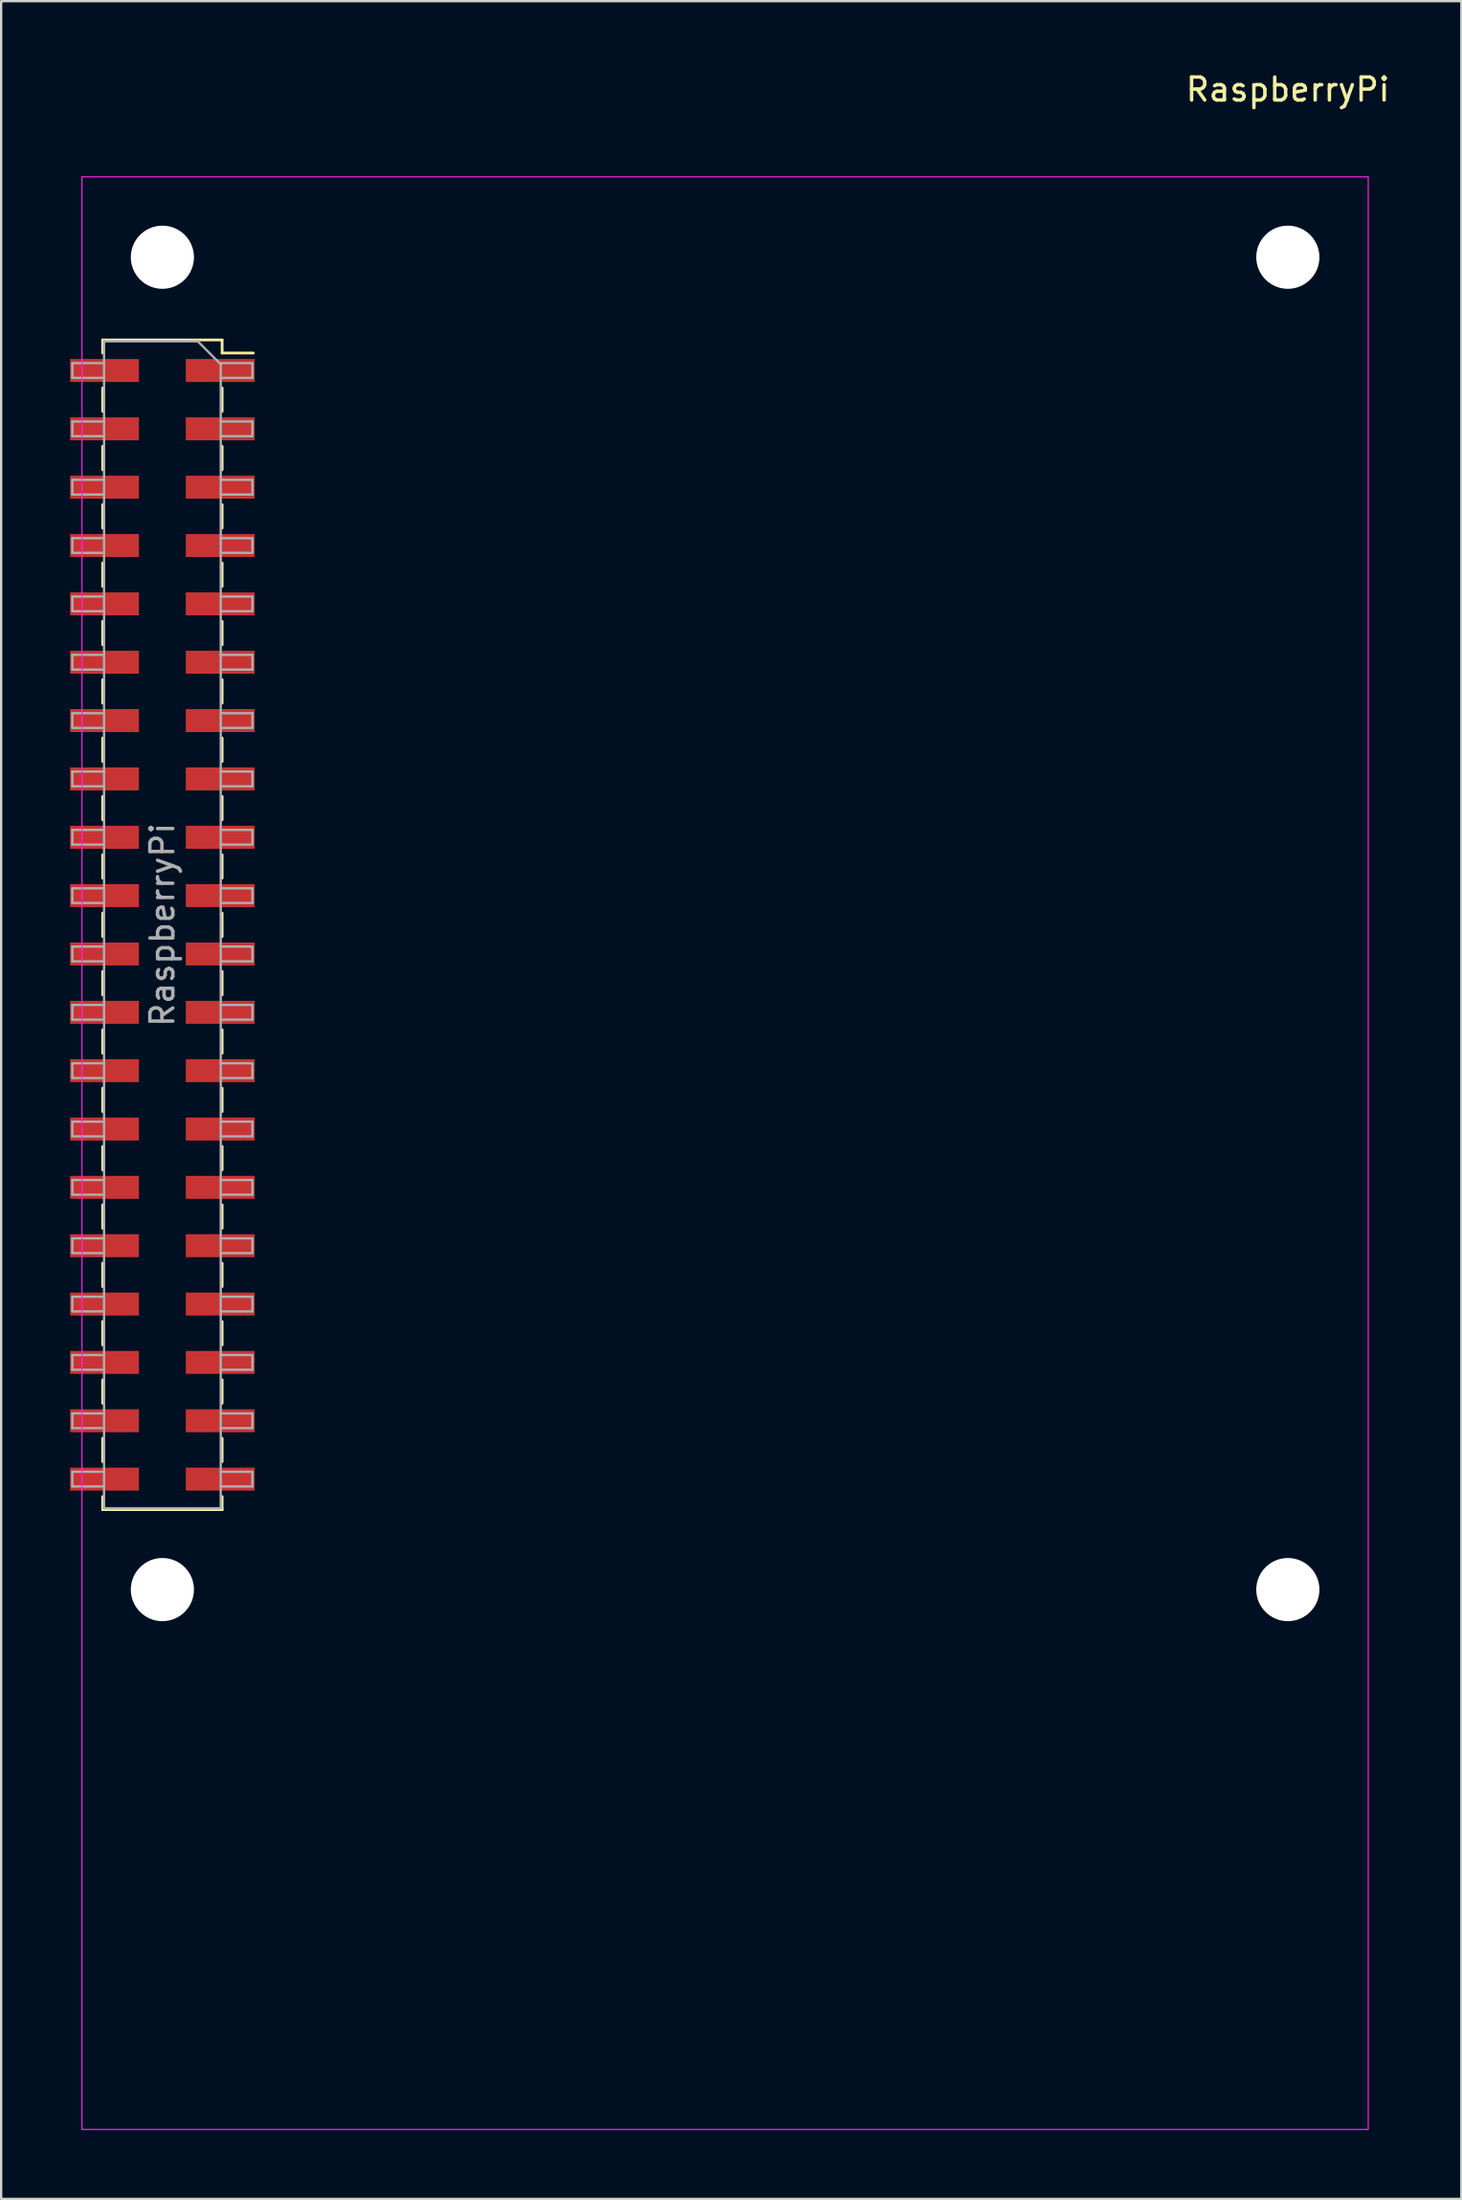
<source format=kicad_pcb>
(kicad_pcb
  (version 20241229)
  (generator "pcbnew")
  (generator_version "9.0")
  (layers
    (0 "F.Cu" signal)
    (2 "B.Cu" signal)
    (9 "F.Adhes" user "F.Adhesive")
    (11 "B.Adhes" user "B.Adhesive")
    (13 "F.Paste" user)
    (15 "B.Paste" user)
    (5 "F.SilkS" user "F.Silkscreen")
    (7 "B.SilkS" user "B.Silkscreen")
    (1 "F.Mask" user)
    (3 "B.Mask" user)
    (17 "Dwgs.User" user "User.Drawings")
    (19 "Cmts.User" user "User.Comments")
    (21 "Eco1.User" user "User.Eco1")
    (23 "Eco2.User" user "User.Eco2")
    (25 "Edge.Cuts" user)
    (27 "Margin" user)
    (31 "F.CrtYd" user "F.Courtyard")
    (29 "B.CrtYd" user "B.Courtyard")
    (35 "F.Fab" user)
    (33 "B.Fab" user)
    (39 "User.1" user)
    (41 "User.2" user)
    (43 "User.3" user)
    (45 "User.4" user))
  (footprint "RaspberryPi"
    (layer "F.Cu")
    (at 53.02 38.148)
    (property "Reference" "RaspberryPi" (at 0 -37.3 0) (layer "F.SilkS") (effects (font (size 1 1) (thickness 0.15))))
    (attr smd)
    (fp_line (start -51.6 -26.4) (end -51.6 -25.83) (stroke (width 0.12) (type solid)) (layer "F.SilkS"))
    (fp_line (start -51.6 -26.4) (end -46.4 -26.4) (stroke (width 0.12) (type solid)) (layer "F.SilkS"))
    (fp_line (start -51.6 -24.31) (end -51.6 -23.29) (stroke (width 0.12) (type solid)) (layer "F.SilkS"))
    (fp_line (start -51.6 -21.77) (end -51.6 -20.75) (stroke (width 0.12) (type solid)) (layer "F.SilkS"))
    (fp_line (start -51.6 -19.23) (end -51.6 -18.21) (stroke (width 0.12) (type solid)) (layer "F.SilkS"))
    (fp_line (start -51.6 -16.69) (end -51.6 -15.67) (stroke (width 0.12) (type solid)) (layer "F.SilkS"))
    (fp_line (start -51.6 -14.15) (end -51.6 -13.13) (stroke (width 0.12) (type solid)) (layer "F.SilkS"))
    (fp_line (start -51.6 -11.61) (end -51.6 -10.59) (stroke (width 0.12) (type solid)) (layer "F.SilkS"))
    (fp_line (start -51.6 -9.07) (end -51.6 -8.05) (stroke (width 0.12) (type solid)) (layer "F.SilkS"))
    (fp_line (start -51.6 -6.53) (end -51.6 -5.51) (stroke (width 0.12) (type solid)) (layer "F.SilkS"))
    (fp_line (start -51.6 -3.99) (end -51.6 -2.97) (stroke (width 0.12) (type solid)) (layer "F.SilkS"))
    (fp_line (start -51.6 -1.45) (end -51.6 -0.43) (stroke (width 0.12) (type solid)) (layer "F.SilkS"))
    (fp_line (start -51.6 1.09) (end -51.6 2.11) (stroke (width 0.12) (type solid)) (layer "F.SilkS"))
    (fp_line (start -51.6 3.63) (end -51.6 4.65) (stroke (width 0.12) (type solid)) (layer "F.SilkS"))
    (fp_line (start -51.6 6.17) (end -51.6 7.19) (stroke (width 0.12) (type solid)) (layer "F.SilkS"))
    (fp_line (start -51.6 8.71) (end -51.6 9.73) (stroke (width 0.12) (type solid)) (layer "F.SilkS"))
    (fp_line (start -51.6 11.25) (end -51.6 12.27) (stroke (width 0.12) (type solid)) (layer "F.SilkS"))
    (fp_line (start -51.6 13.79) (end -51.6 14.81) (stroke (width 0.12) (type solid)) (layer "F.SilkS"))
    (fp_line (start -51.6 16.33) (end -51.6 17.35) (stroke (width 0.12) (type solid)) (layer "F.SilkS"))
    (fp_line (start -51.6 18.87) (end -51.6 19.89) (stroke (width 0.12) (type solid)) (layer "F.SilkS"))
    (fp_line (start -51.6 21.41) (end -51.6 22.43) (stroke (width 0.12) (type solid)) (layer "F.SilkS"))
    (fp_line (start -51.6 23.95) (end -51.6 24.52) (stroke (width 0.12) (type solid)) (layer "F.SilkS"))
    (fp_line (start -51.6 24.52) (end -46.4 24.52) (stroke (width 0.12) (type solid)) (layer "F.SilkS"))
    (fp_line (start -46.4 -26.4) (end -46.4 -25.83) (stroke (width 0.12) (type solid)) (layer "F.SilkS"))
    (fp_line (start -46.4 -25.83) (end -45.04 -25.83) (stroke (width 0.12) (type solid)) (layer "F.SilkS"))
    (fp_line (start -46.4 -24.31) (end -46.4 -23.29) (stroke (width 0.12) (type solid)) (layer "F.SilkS"))
    (fp_line (start -46.4 -21.77) (end -46.4 -20.75) (stroke (width 0.12) (type solid)) (layer "F.SilkS"))
    (fp_line (start -46.4 -19.23) (end -46.4 -18.21) (stroke (width 0.12) (type solid)) (layer "F.SilkS"))
    (fp_line (start -46.4 -16.69) (end -46.4 -15.67) (stroke (width 0.12) (type solid)) (layer "F.SilkS"))
    (fp_line (start -46.4 -14.15) (end -46.4 -13.13) (stroke (width 0.12) (type solid)) (layer "F.SilkS"))
    (fp_line (start -46.4 -11.61) (end -46.4 -10.59) (stroke (width 0.12) (type solid)) (layer "F.SilkS"))
    (fp_line (start -46.4 -9.07) (end -46.4 -8.05) (stroke (width 0.12) (type solid)) (layer "F.SilkS"))
    (fp_line (start -46.4 -6.53) (end -46.4 -5.51) (stroke (width 0.12) (type solid)) (layer "F.SilkS"))
    (fp_line (start -46.4 -3.99) (end -46.4 -2.97) (stroke (width 0.12) (type solid)) (layer "F.SilkS"))
    (fp_line (start -46.4 -1.45) (end -46.4 -0.43) (stroke (width 0.12) (type solid)) (layer "F.SilkS"))
    (fp_line (start -46.4 1.09) (end -46.4 2.11) (stroke (width 0.12) (type solid)) (layer "F.SilkS"))
    (fp_line (start -46.4 3.63) (end -46.4 4.65) (stroke (width 0.12) (type solid)) (layer "F.SilkS"))
    (fp_line (start -46.4 6.17) (end -46.4 7.19) (stroke (width 0.12) (type solid)) (layer "F.SilkS"))
    (fp_line (start -46.4 8.71) (end -46.4 9.73) (stroke (width 0.12) (type solid)) (layer "F.SilkS"))
    (fp_line (start -46.4 11.25) (end -46.4 12.27) (stroke (width 0.12) (type solid)) (layer "F.SilkS"))
    (fp_line (start -46.4 13.79) (end -46.4 14.81) (stroke (width 0.12) (type solid)) (layer "F.SilkS"))
    (fp_line (start -46.4 16.33) (end -46.4 17.35) (stroke (width 0.12) (type solid)) (layer "F.SilkS"))
    (fp_line (start -46.4 18.87) (end -46.4 19.89) (stroke (width 0.12) (type solid)) (layer "F.SilkS"))
    (fp_line (start -46.4 21.41) (end -46.4 22.43) (stroke (width 0.12) (type solid)) (layer "F.SilkS"))
    (fp_line (start -46.4 23.95) (end -46.4 24.52) (stroke (width 0.12) (type solid)) (layer "F.SilkS"))
    (fp_rect (start -52.5 -33.5) (end 3.5 51.5) (stroke (width 0.05) (type default)) (fill no) (layer "F.CrtYd"))
    (fp_line (start -52.92 -25.39) (end -51.54 -25.39) (stroke (width 0.1) (type solid)) (layer "F.Fab"))
    (fp_line (start -52.92 -24.75) (end -52.92 -25.39) (stroke (width 0.1) (type solid)) (layer "F.Fab"))
    (fp_line (start -52.92 -22.85) (end -51.54 -22.85) (stroke (width 0.1) (type solid)) (layer "F.Fab"))
    (fp_line (start -52.92 -22.21) (end -52.92 -22.85) (stroke (width 0.1) (type solid)) (layer "F.Fab"))
    (fp_line (start -52.92 -20.31) (end -51.54 -20.31) (stroke (width 0.1) (type solid)) (layer "F.Fab"))
    (fp_line (start -52.92 -19.67) (end -52.92 -20.31) (stroke (width 0.1) (type solid)) (layer "F.Fab"))
    (fp_line (start -52.92 -17.77) (end -51.54 -17.77) (stroke (width 0.1) (type solid)) (layer "F.Fab"))
    (fp_line (start -52.92 -17.13) (end -52.92 -17.77) (stroke (width 0.1) (type solid)) (layer "F.Fab"))
    (fp_line (start -52.92 -15.23) (end -51.54 -15.23) (stroke (width 0.1) (type solid)) (layer "F.Fab"))
    (fp_line (start -52.92 -14.59) (end -52.92 -15.23) (stroke (width 0.1) (type solid)) (layer "F.Fab"))
    (fp_line (start -52.92 -12.69) (end -51.54 -12.69) (stroke (width 0.1) (type solid)) (layer "F.Fab"))
    (fp_line (start -52.92 -12.05) (end -52.92 -12.69) (stroke (width 0.1) (type solid)) (layer "F.Fab"))
    (fp_line (start -52.92 -10.15) (end -51.54 -10.15) (stroke (width 0.1) (type solid)) (layer "F.Fab"))
    (fp_line (start -52.92 -9.51) (end -52.92 -10.15) (stroke (width 0.1) (type solid)) (layer "F.Fab"))
    (fp_line (start -52.92 -7.61) (end -51.54 -7.61) (stroke (width 0.1) (type solid)) (layer "F.Fab"))
    (fp_line (start -52.92 -6.97) (end -52.92 -7.61) (stroke (width 0.1) (type solid)) (layer "F.Fab"))
    (fp_line (start -52.92 -5.07) (end -51.54 -5.07) (stroke (width 0.1) (type solid)) (layer "F.Fab"))
    (fp_line (start -52.92 -4.43) (end -52.92 -5.07) (stroke (width 0.1) (type solid)) (layer "F.Fab"))
    (fp_line (start -52.92 -2.53) (end -51.54 -2.53) (stroke (width 0.1) (type solid)) (layer "F.Fab"))
    (fp_line (start -52.92 -1.89) (end -52.92 -2.53) (stroke (width 0.1) (type solid)) (layer "F.Fab"))
    (fp_line (start -52.92 0.01) (end -51.54 0.01) (stroke (width 0.1) (type solid)) (layer "F.Fab"))
    (fp_line (start -52.92 0.65) (end -52.92 0.01) (stroke (width 0.1) (type solid)) (layer "F.Fab"))
    (fp_line (start -52.92 2.55) (end -51.54 2.55) (stroke (width 0.1) (type solid)) (layer "F.Fab"))
    (fp_line (start -52.92 3.19) (end -52.92 2.55) (stroke (width 0.1) (type solid)) (layer "F.Fab"))
    (fp_line (start -52.92 5.09) (end -51.54 5.09) (stroke (width 0.1) (type solid)) (layer "F.Fab"))
    (fp_line (start -52.92 5.73) (end -52.92 5.09) (stroke (width 0.1) (type solid)) (layer "F.Fab"))
    (fp_line (start -52.92 7.63) (end -51.54 7.63) (stroke (width 0.1) (type solid)) (layer "F.Fab"))
    (fp_line (start -52.92 8.27) (end -52.92 7.63) (stroke (width 0.1) (type solid)) (layer "F.Fab"))
    (fp_line (start -52.92 10.17) (end -51.54 10.17) (stroke (width 0.1) (type solid)) (layer "F.Fab"))
    (fp_line (start -52.92 10.81) (end -52.92 10.17) (stroke (width 0.1) (type solid)) (layer "F.Fab"))
    (fp_line (start -52.92 12.71) (end -51.54 12.71) (stroke (width 0.1) (type solid)) (layer "F.Fab"))
    (fp_line (start -52.92 13.35) (end -52.92 12.71) (stroke (width 0.1) (type solid)) (layer "F.Fab"))
    (fp_line (start -52.92 15.25) (end -51.54 15.25) (stroke (width 0.1) (type solid)) (layer "F.Fab"))
    (fp_line (start -52.92 15.89) (end -52.92 15.25) (stroke (width 0.1) (type solid)) (layer "F.Fab"))
    (fp_line (start -52.92 17.79) (end -51.54 17.79) (stroke (width 0.1) (type solid)) (layer "F.Fab"))
    (fp_line (start -52.92 18.43) (end -52.92 17.79) (stroke (width 0.1) (type solid)) (layer "F.Fab"))
    (fp_line (start -52.92 20.33) (end -51.54 20.33) (stroke (width 0.1) (type solid)) (layer "F.Fab"))
    (fp_line (start -52.92 20.97) (end -52.92 20.33) (stroke (width 0.1) (type solid)) (layer "F.Fab"))
    (fp_line (start -52.92 22.87) (end -51.54 22.87) (stroke (width 0.1) (type solid)) (layer "F.Fab"))
    (fp_line (start -52.92 23.51) (end -52.92 22.87) (stroke (width 0.1) (type solid)) (layer "F.Fab"))
    (fp_line (start -51.54 -26.34) (end -47.46 -26.34) (stroke (width 0.1) (type solid)) (layer "F.Fab"))
    (fp_line (start -51.54 -24.75) (end -52.92 -24.75) (stroke (width 0.1) (type solid)) (layer "F.Fab"))
    (fp_line (start -51.54 -22.21) (end -52.92 -22.21) (stroke (width 0.1) (type solid)) (layer "F.Fab"))
    (fp_line (start -51.54 -19.67) (end -52.92 -19.67) (stroke (width 0.1) (type solid)) (layer "F.Fab"))
    (fp_line (start -51.54 -17.13) (end -52.92 -17.13) (stroke (width 0.1) (type solid)) (layer "F.Fab"))
    (fp_line (start -51.54 -14.59) (end -52.92 -14.59) (stroke (width 0.1) (type solid)) (layer "F.Fab"))
    (fp_line (start -51.54 -12.05) (end -52.92 -12.05) (stroke (width 0.1) (type solid)) (layer "F.Fab"))
    (fp_line (start -51.54 -9.51) (end -52.92 -9.51) (stroke (width 0.1) (type solid)) (layer "F.Fab"))
    (fp_line (start -51.54 -6.97) (end -52.92 -6.97) (stroke (width 0.1) (type solid)) (layer "F.Fab"))
    (fp_line (start -51.54 -4.43) (end -52.92 -4.43) (stroke (width 0.1) (type solid)) (layer "F.Fab"))
    (fp_line (start -51.54 -1.89) (end -52.92 -1.89) (stroke (width 0.1) (type solid)) (layer "F.Fab"))
    (fp_line (start -51.54 0.65) (end -52.92 0.65) (stroke (width 0.1) (type solid)) (layer "F.Fab"))
    (fp_line (start -51.54 3.19) (end -52.92 3.19) (stroke (width 0.1) (type solid)) (layer "F.Fab"))
    (fp_line (start -51.54 5.73) (end -52.92 5.73) (stroke (width 0.1) (type solid)) (layer "F.Fab"))
    (fp_line (start -51.54 8.27) (end -52.92 8.27) (stroke (width 0.1) (type solid)) (layer "F.Fab"))
    (fp_line (start -51.54 10.81) (end -52.92 10.81) (stroke (width 0.1) (type solid)) (layer "F.Fab"))
    (fp_line (start -51.54 13.35) (end -52.92 13.35) (stroke (width 0.1) (type solid)) (layer "F.Fab"))
    (fp_line (start -51.54 15.89) (end -52.92 15.89) (stroke (width 0.1) (type solid)) (layer "F.Fab"))
    (fp_line (start -51.54 18.43) (end -52.92 18.43) (stroke (width 0.1) (type solid)) (layer "F.Fab"))
    (fp_line (start -51.54 20.97) (end -52.92 20.97) (stroke (width 0.1) (type solid)) (layer "F.Fab"))
    (fp_line (start -51.54 23.51) (end -52.92 23.51) (stroke (width 0.1) (type solid)) (layer "F.Fab"))
    (fp_line (start -51.54 24.46) (end -51.54 -26.34) (stroke (width 0.1) (type solid)) (layer "F.Fab"))
    (fp_line (start -47.46 -26.34) (end -46.46 -25.34) (stroke (width 0.1) (type solid)) (layer "F.Fab"))
    (fp_line (start -46.46 -25.39) (end -45.08 -25.39) (stroke (width 0.1) (type solid)) (layer "F.Fab"))
    (fp_line (start -46.46 -25.34) (end -46.46 24.46) (stroke (width 0.1) (type solid)) (layer "F.Fab"))
    (fp_line (start -46.46 -22.85) (end -45.08 -22.85) (stroke (width 0.1) (type solid)) (layer "F.Fab"))
    (fp_line (start -46.46 -20.31) (end -45.08 -20.31) (stroke (width 0.1) (type solid)) (layer "F.Fab"))
    (fp_line (start -46.46 -17.77) (end -45.08 -17.77) (stroke (width 0.1) (type solid)) (layer "F.Fab"))
    (fp_line (start -46.46 -15.23) (end -45.08 -15.23) (stroke (width 0.1) (type solid)) (layer "F.Fab"))
    (fp_line (start -46.46 -12.69) (end -45.08 -12.69) (stroke (width 0.1) (type solid)) (layer "F.Fab"))
    (fp_line (start -46.46 -10.15) (end -45.08 -10.15) (stroke (width 0.1) (type solid)) (layer "F.Fab"))
    (fp_line (start -46.46 -7.61) (end -45.08 -7.61) (stroke (width 0.1) (type solid)) (layer "F.Fab"))
    (fp_line (start -46.46 -5.07) (end -45.08 -5.07) (stroke (width 0.1) (type solid)) (layer "F.Fab"))
    (fp_line (start -46.46 -2.53) (end -45.08 -2.53) (stroke (width 0.1) (type solid)) (layer "F.Fab"))
    (fp_line (start -46.46 0.01) (end -45.08 0.01) (stroke (width 0.1) (type solid)) (layer "F.Fab"))
    (fp_line (start -46.46 2.55) (end -45.08 2.55) (stroke (width 0.1) (type solid)) (layer "F.Fab"))
    (fp_line (start -46.46 5.09) (end -45.08 5.09) (stroke (width 0.1) (type solid)) (layer "F.Fab"))
    (fp_line (start -46.46 7.63) (end -45.08 7.63) (stroke (width 0.1) (type solid)) (layer "F.Fab"))
    (fp_line (start -46.46 10.17) (end -45.08 10.17) (stroke (width 0.1) (type solid)) (layer "F.Fab"))
    (fp_line (start -46.46 12.71) (end -45.08 12.71) (stroke (width 0.1) (type solid)) (layer "F.Fab"))
    (fp_line (start -46.46 15.25) (end -45.08 15.25) (stroke (width 0.1) (type solid)) (layer "F.Fab"))
    (fp_line (start -46.46 17.79) (end -45.08 17.79) (stroke (width 0.1) (type solid)) (layer "F.Fab"))
    (fp_line (start -46.46 20.33) (end -45.08 20.33) (stroke (width 0.1) (type solid)) (layer "F.Fab"))
    (fp_line (start -46.46 22.87) (end -45.08 22.87) (stroke (width 0.1) (type solid)) (layer "F.Fab"))
    (fp_line (start -46.46 24.46) (end -51.54 24.46) (stroke (width 0.1) (type solid)) (layer "F.Fab"))
    (fp_line (start -45.08 -25.39) (end -45.08 -24.75) (stroke (width 0.1) (type solid)) (layer "F.Fab"))
    (fp_line (start -45.08 -24.75) (end -46.46 -24.75) (stroke (width 0.1) (type solid)) (layer "F.Fab"))
    (fp_line (start -45.08 -22.85) (end -45.08 -22.21) (stroke (width 0.1) (type solid)) (layer "F.Fab"))
    (fp_line (start -45.08 -22.21) (end -46.46 -22.21) (stroke (width 0.1) (type solid)) (layer "F.Fab"))
    (fp_line (start -45.08 -20.31) (end -45.08 -19.67) (stroke (width 0.1) (type solid)) (layer "F.Fab"))
    (fp_line (start -45.08 -19.67) (end -46.46 -19.67) (stroke (width 0.1) (type solid)) (layer "F.Fab"))
    (fp_line (start -45.08 -17.77) (end -45.08 -17.13) (stroke (width 0.1) (type solid)) (layer "F.Fab"))
    (fp_line (start -45.08 -17.13) (end -46.46 -17.13) (stroke (width 0.1) (type solid)) (layer "F.Fab"))
    (fp_line (start -45.08 -15.23) (end -45.08 -14.59) (stroke (width 0.1) (type solid)) (layer "F.Fab"))
    (fp_line (start -45.08 -14.59) (end -46.46 -14.59) (stroke (width 0.1) (type solid)) (layer "F.Fab"))
    (fp_line (start -45.08 -12.69) (end -45.08 -12.05) (stroke (width 0.1) (type solid)) (layer "F.Fab"))
    (fp_line (start -45.08 -12.05) (end -46.46 -12.05) (stroke (width 0.1) (type solid)) (layer "F.Fab"))
    (fp_line (start -45.08 -10.15) (end -45.08 -9.51) (stroke (width 0.1) (type solid)) (layer "F.Fab"))
    (fp_line (start -45.08 -9.51) (end -46.46 -9.51) (stroke (width 0.1) (type solid)) (layer "F.Fab"))
    (fp_line (start -45.08 -7.61) (end -45.08 -6.97) (stroke (width 0.1) (type solid)) (layer "F.Fab"))
    (fp_line (start -45.08 -6.97) (end -46.46 -6.97) (stroke (width 0.1) (type solid)) (layer "F.Fab"))
    (fp_line (start -45.08 -5.07) (end -45.08 -4.43) (stroke (width 0.1) (type solid)) (layer "F.Fab"))
    (fp_line (start -45.08 -4.43) (end -46.46 -4.43) (stroke (width 0.1) (type solid)) (layer "F.Fab"))
    (fp_line (start -45.08 -2.53) (end -45.08 -1.89) (stroke (width 0.1) (type solid)) (layer "F.Fab"))
    (fp_line (start -45.08 -1.89) (end -46.46 -1.89) (stroke (width 0.1) (type solid)) (layer "F.Fab"))
    (fp_line (start -45.08 0.01) (end -45.08 0.65) (stroke (width 0.1) (type solid)) (layer "F.Fab"))
    (fp_line (start -45.08 0.65) (end -46.46 0.65) (stroke (width 0.1) (type solid)) (layer "F.Fab"))
    (fp_line (start -45.08 2.55) (end -45.08 3.19) (stroke (width 0.1) (type solid)) (layer "F.Fab"))
    (fp_line (start -45.08 3.19) (end -46.46 3.19) (stroke (width 0.1) (type solid)) (layer "F.Fab"))
    (fp_line (start -45.08 5.09) (end -45.08 5.73) (stroke (width 0.1) (type solid)) (layer "F.Fab"))
    (fp_line (start -45.08 5.73) (end -46.46 5.73) (stroke (width 0.1) (type solid)) (layer "F.Fab"))
    (fp_line (start -45.08 7.63) (end -45.08 8.27) (stroke (width 0.1) (type solid)) (layer "F.Fab"))
    (fp_line (start -45.08 8.27) (end -46.46 8.27) (stroke (width 0.1) (type solid)) (layer "F.Fab"))
    (fp_line (start -45.08 10.17) (end -45.08 10.81) (stroke (width 0.1) (type solid)) (layer "F.Fab"))
    (fp_line (start -45.08 10.81) (end -46.46 10.81) (stroke (width 0.1) (type solid)) (layer "F.Fab"))
    (fp_line (start -45.08 12.71) (end -45.08 13.35) (stroke (width 0.1) (type solid)) (layer "F.Fab"))
    (fp_line (start -45.08 13.35) (end -46.46 13.35) (stroke (width 0.1) (type solid)) (layer "F.Fab"))
    (fp_line (start -45.08 15.25) (end -45.08 15.89) (stroke (width 0.1) (type solid)) (layer "F.Fab"))
    (fp_line (start -45.08 15.89) (end -46.46 15.89) (stroke (width 0.1) (type solid)) (layer "F.Fab"))
    (fp_line (start -45.08 17.79) (end -45.08 18.43) (stroke (width 0.1) (type solid)) (layer "F.Fab"))
    (fp_line (start -45.08 18.43) (end -46.46 18.43) (stroke (width 0.1) (type solid)) (layer "F.Fab"))
    (fp_line (start -45.08 20.33) (end -45.08 20.97) (stroke (width 0.1) (type solid)) (layer "F.Fab"))
    (fp_line (start -45.08 20.97) (end -46.46 20.97) (stroke (width 0.1) (type solid)) (layer "F.Fab"))
    (fp_line (start -45.08 22.87) (end -45.08 23.51) (stroke (width 0.1) (type solid)) (layer "F.Fab"))
    (fp_line (start -45.08 23.51) (end -46.46 23.51) (stroke (width 0.1) (type solid)) (layer "F.Fab"))
    (fp_text user "${REFERENCE}" (at -49 -0.94 90) (layer "F.Fab") (effects (font (size 1 1) (thickness 0.15))))
    (pad "" np_thru_hole circle (at -49 -30 90) (size 2.75 2.75) (drill 2.75) (layers "*.Cu" "*.Mask"))
    (pad "" np_thru_hole circle (at -49 28 90) (size 2.75 2.75) (drill 2.75) (layers "*.Cu" "*.Mask"))
    (pad "" np_thru_hole circle (at 0 -30 90) (size 2.75 2.75) (drill 2.75) (layers "*.Cu" "*.Mask"))
    (pad "" np_thru_hole circle (at 0 28 90) (size 2.75 2.75) (drill 2.75) (layers "*.Cu" "*.Mask"))
    (pad "1" smd rect (at -46.48 -25.07) (size 3 1) (layers "F.Cu" "F.Mask" "F.Paste"))
    (pad "2" smd rect (at -51.52 -25.07) (size 3 1) (layers "F.Cu" "F.Mask" "F.Paste"))
    (pad "3" smd rect (at -46.48 -22.53) (size 3 1) (layers "F.Cu" "F.Mask" "F.Paste"))
    (pad "4" smd rect (at -51.52 -22.53) (size 3 1) (layers "F.Cu" "F.Mask" "F.Paste"))
    (pad "5" smd rect (at -46.48 -19.99) (size 3 1) (layers "F.Cu" "F.Mask" "F.Paste"))
    (pad "6" smd rect (at -51.52 -19.99) (size 3 1) (layers "F.Cu" "F.Mask" "F.Paste"))
    (pad "7" smd rect (at -46.48 -17.45) (size 3 1) (layers "F.Cu" "F.Mask" "F.Paste"))
    (pad "8" smd rect (at -51.52 -17.45) (size 3 1) (layers "F.Cu" "F.Mask" "F.Paste"))
    (pad "9" smd rect (at -46.48 -14.91) (size 3 1) (layers "F.Cu" "F.Mask" "F.Paste"))
    (pad "10" smd rect (at -51.52 -14.91) (size 3 1) (layers "F.Cu" "F.Mask" "F.Paste"))
    (pad "11" smd rect (at -46.48 -12.37) (size 3 1) (layers "F.Cu" "F.Mask" "F.Paste"))
    (pad "12" smd rect (at -51.52 -12.37) (size 3 1) (layers "F.Cu" "F.Mask" "F.Paste"))
    (pad "13" smd rect (at -46.48 -9.83) (size 3 1) (layers "F.Cu" "F.Mask" "F.Paste"))
    (pad "14" smd rect (at -51.52 -9.83) (size 3 1) (layers "F.Cu" "F.Mask" "F.Paste"))
    (pad "15" smd rect (at -46.48 -7.29) (size 3 1) (layers "F.Cu" "F.Mask" "F.Paste"))
    (pad "16" smd rect (at -51.52 -7.29) (size 3 1) (layers "F.Cu" "F.Mask" "F.Paste"))
    (pad "17" smd rect (at -46.48 -4.75) (size 3 1) (layers "F.Cu" "F.Mask" "F.Paste"))
    (pad "18" smd rect (at -51.52 -4.75) (size 3 1) (layers "F.Cu" "F.Mask" "F.Paste"))
    (pad "19" smd rect (at -46.48 -2.21) (size 3 1) (layers "F.Cu" "F.Mask" "F.Paste"))
    (pad "20" smd rect (at -51.52 -2.21) (size 3 1) (layers "F.Cu" "F.Mask" "F.Paste"))
    (pad "21" smd rect (at -46.48 0.33) (size 3 1) (layers "F.Cu" "F.Mask" "F.Paste"))
    (pad "22" smd rect (at -51.52 0.33) (size 3 1) (layers "F.Cu" "F.Mask" "F.Paste"))
    (pad "23" smd rect (at -46.48 2.87) (size 3 1) (layers "F.Cu" "F.Mask" "F.Paste"))
    (pad "24" smd rect (at -51.52 2.87) (size 3 1) (layers "F.Cu" "F.Mask" "F.Paste"))
    (pad "25" smd rect (at -46.48 5.41) (size 3 1) (layers "F.Cu" "F.Mask" "F.Paste"))
    (pad "26" smd rect (at -51.52 5.41) (size 3 1) (layers "F.Cu" "F.Mask" "F.Paste"))
    (pad "27" smd rect (at -46.48 7.95) (size 3 1) (layers "F.Cu" "F.Mask" "F.Paste"))
    (pad "28" smd rect (at -51.52 7.95) (size 3 1) (layers "F.Cu" "F.Mask" "F.Paste"))
    (pad "29" smd rect (at -46.48 10.49) (size 3 1) (layers "F.Cu" "F.Mask" "F.Paste"))
    (pad "30" smd rect (at -51.52 10.49) (size 3 1) (layers "F.Cu" "F.Mask" "F.Paste"))
    (pad "31" smd rect (at -46.48 13.03) (size 3 1) (layers "F.Cu" "F.Mask" "F.Paste"))
    (pad "32" smd rect (at -51.52 13.03) (size 3 1) (layers "F.Cu" "F.Mask" "F.Paste"))
    (pad "33" smd rect (at -46.48 15.57) (size 3 1) (layers "F.Cu" "F.Mask" "F.Paste"))
    (pad "34" smd rect (at -51.52 15.57) (size 3 1) (layers "F.Cu" "F.Mask" "F.Paste"))
    (pad "35" smd rect (at -46.48 18.11) (size 3 1) (layers "F.Cu" "F.Mask" "F.Paste"))
    (pad "36" smd rect (at -51.52 18.11) (size 3 1) (layers "F.Cu" "F.Mask" "F.Paste"))
    (pad "37" smd rect (at -46.48 20.65) (size 3 1) (layers "F.Cu" "F.Mask" "F.Paste"))
    (pad "38" smd rect (at -51.52 20.65) (size 3 1) (layers "F.Cu" "F.Mask" "F.Paste"))
    (pad "39" smd rect (at -46.48 23.19) (size 3 1) (layers "F.Cu" "F.Mask" "F.Paste"))
    (pad "40" smd rect (at -51.52 23.19) (size 3 1) (layers "F.Cu" "F.Mask" "F.Paste")))
  (gr_rect
    (start -3 -3)
    (end 60.574 92.673)
    (stroke (width 0.1) (type default))
    (fill no)
    (layer "Edge.Cuts")))
</source>
